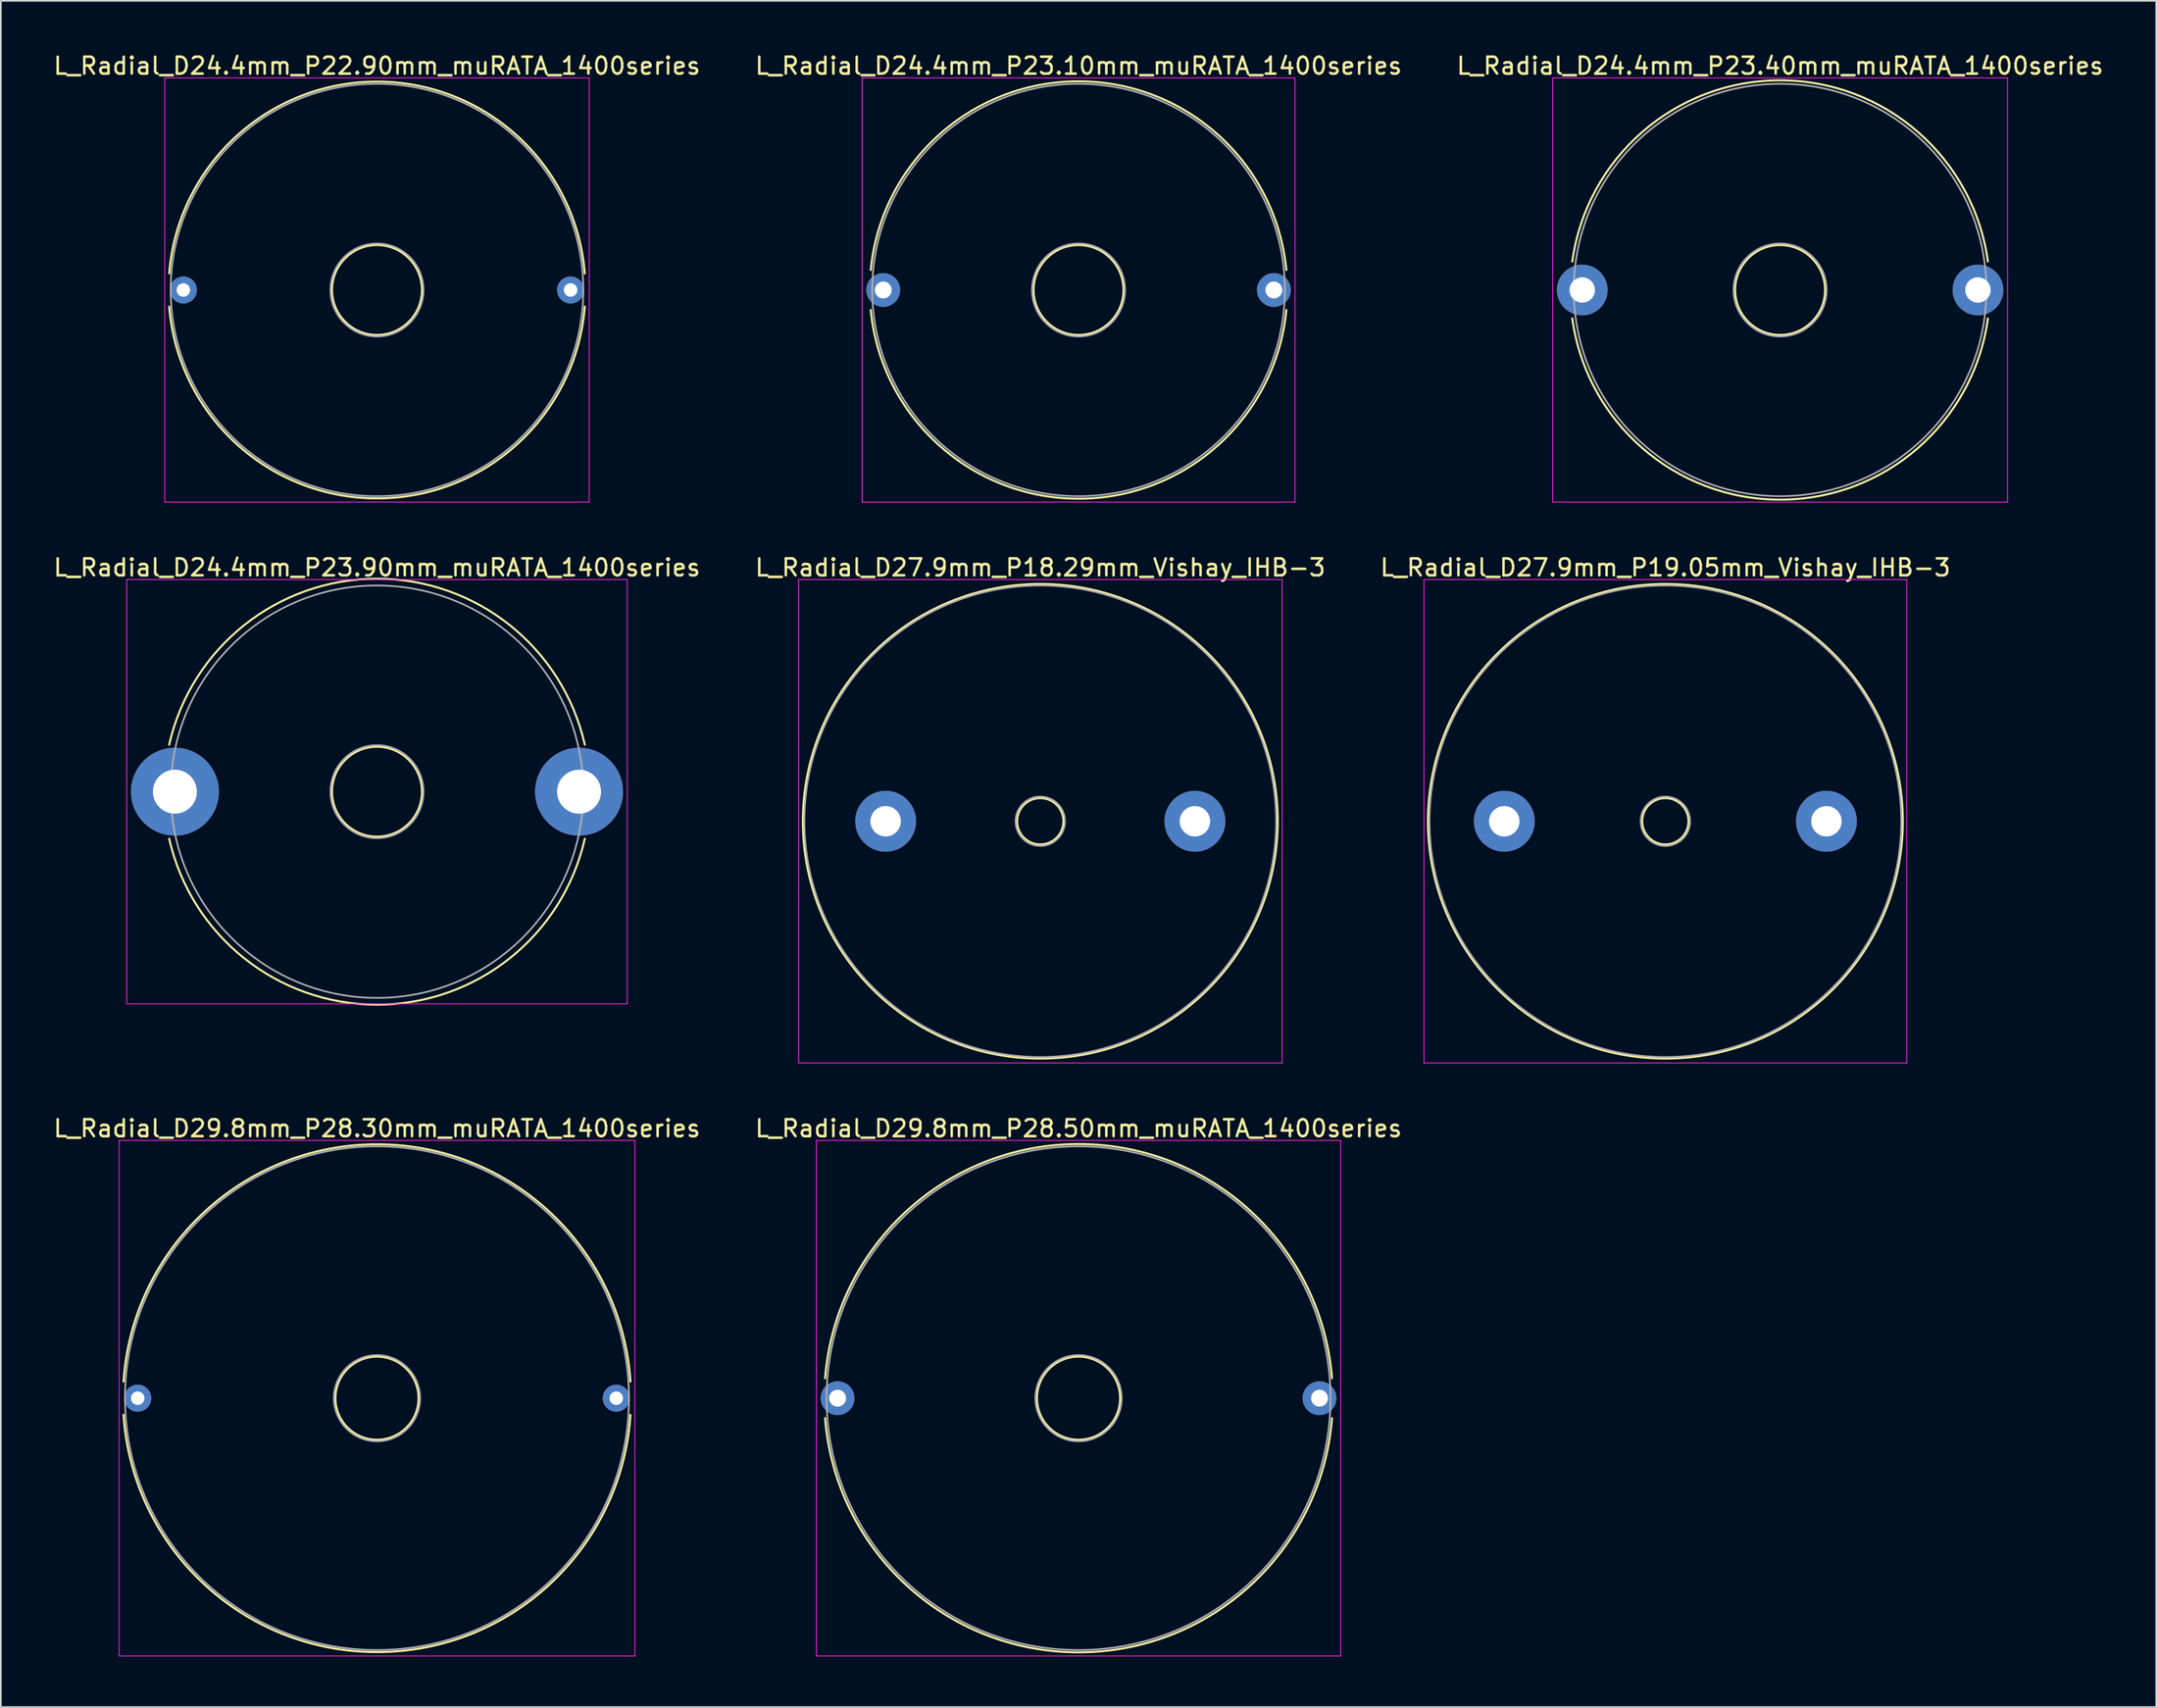
<source format=kicad_pcb>
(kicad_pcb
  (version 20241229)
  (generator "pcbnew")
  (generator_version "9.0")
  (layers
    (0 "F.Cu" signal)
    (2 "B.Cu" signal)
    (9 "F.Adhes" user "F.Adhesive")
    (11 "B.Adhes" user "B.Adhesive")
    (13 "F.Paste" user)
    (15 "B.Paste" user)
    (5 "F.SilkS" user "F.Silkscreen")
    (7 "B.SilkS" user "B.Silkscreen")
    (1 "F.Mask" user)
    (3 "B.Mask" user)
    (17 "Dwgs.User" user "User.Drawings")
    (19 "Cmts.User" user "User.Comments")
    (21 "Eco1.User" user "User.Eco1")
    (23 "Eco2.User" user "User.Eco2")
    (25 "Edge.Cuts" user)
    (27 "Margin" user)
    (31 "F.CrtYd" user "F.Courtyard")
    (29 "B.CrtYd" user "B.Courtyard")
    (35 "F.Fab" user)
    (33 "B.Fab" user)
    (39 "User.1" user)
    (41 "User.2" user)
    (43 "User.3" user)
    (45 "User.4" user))
  (footprint "L_Radial_D27.9mm_P18.29mm_Vishay_IHB-3"
    (layer "F.Cu")
    (at 49.325 45.541)
    (property "Reference" "L_Radial_D27.9mm_P18.29mm_Vishay_IHB-3" (at 9.145 -15.01 0) (layer "F.SilkS") (effects (font (size 1 1) (thickness 0.15))))
    (attr through_hole)
    (fp_circle (center 9.145 0) (end 10.515 0) (stroke (width 0.12) (type solid)) (fill no) (layer "F.SilkS"))
    (fp_circle (center 9.145 0) (end 23.185 0) (stroke (width 0.12) (type solid)) (fill no) (layer "F.SilkS"))
    (fp_line (start -5.15 -14.3) (end -5.15 14.3) (stroke (width 0.05) (type solid)) (layer "F.CrtYd"))
    (fp_line (start -5.15 14.3) (end 23.45 14.3) (stroke (width 0.05) (type solid)) (layer "F.CrtYd"))
    (fp_line (start 23.45 -14.3) (end -5.15 -14.3) (stroke (width 0.05) (type solid)) (layer "F.CrtYd"))
    (fp_line (start 23.45 14.3) (end 23.45 -14.3) (stroke (width 0.05) (type solid)) (layer "F.CrtYd"))
    (fp_circle (center 9.145 0) (end 10.605 0) (stroke (width 0.1) (type solid)) (fill no) (layer "F.Fab"))
    (fp_circle (center 9.145 0) (end 23.095 0) (stroke (width 0.1) (type solid)) (fill no) (layer "F.Fab"))
    (pad "1" thru_hole circle (at 0 0) (size 3.6 3.6) (drill 1.8) (layers "*.Cu" "*.Mask"))
    (pad "2" thru_hole circle (at 18.29 0) (size 3.6 3.6) (drill 1.8) (layers "*.Cu" "*.Mask")))
  (footprint "L_Radial_D29.8mm_P28.50mm_muRATA_1400series"
    (layer "F.Cu")
    (at 46.482 79.675)
    (property "Reference" "L_Radial_D29.8mm_P28.50mm_muRATA_1400series" (at 14.25 -15.96 0) (layer "F.SilkS") (effects (font (size 1 1) (thickness 0.15))))
    (attr through_hole)
    (fp_arc (start -0.74 -1.18) (mid 14.250261 -15.036373) (end 29.240041 -1.17948) (stroke (width 0.12) (type solid)) (layer "F.SilkS"))
    (fp_arc (start 29.240041 1.17948) (mid 14.250261 15.036373) (end -0.74 1.18) (stroke (width 0.12) (type solid)) (layer "F.SilkS"))
    (fp_circle (center 14.25 0) (end 16.71 0) (stroke (width 0.12) (type solid)) (fill no) (layer "F.SilkS"))
    (fp_line (start -1.25 -15.25) (end -1.25 15.25) (stroke (width 0.05) (type solid)) (layer "F.CrtYd"))
    (fp_line (start -1.25 15.25) (end 29.75 15.25) (stroke (width 0.05) (type solid)) (layer "F.CrtYd"))
    (fp_line (start 29.75 -15.25) (end -1.25 -15.25) (stroke (width 0.05) (type solid)) (layer "F.CrtYd"))
    (fp_line (start 29.75 15.25) (end 29.75 -15.25) (stroke (width 0.05) (type solid)) (layer "F.CrtYd"))
    (fp_circle (center 14.25 0) (end 16.8 0) (stroke (width 0.1) (type solid)) (fill no) (layer "F.Fab"))
    (fp_circle (center 14.25 0) (end 29.15 0) (stroke (width 0.1) (type solid)) (fill no) (layer "F.Fab"))
    (pad "1" thru_hole circle (at 0 0) (size 2 2) (drill 1) (layers "*.Cu" "*.Mask"))
    (pad "2" thru_hole circle (at 28.5 0) (size 2 2) (drill 1) (layers "*.Cu" "*.Mask")))
  (footprint "L_Radial_D24.4mm_P23.90mm_muRATA_1400series"
    (layer "F.Cu")
    (at 7.294 43.791)
    (property "Reference" "L_Radial_D24.4mm_P23.90mm_muRATA_1400series" (at 11.95 -13.26 0) (layer "F.SilkS") (effects (font (size 1 1) (thickness 0.15))))
    (attr through_hole)
    (fp_arc (start -0.34 -2.78) (mid 11.94908 -12.600496) (end 24.239594 -2.781794) (stroke (width 0.12) (type solid)) (layer "F.SilkS"))
    (fp_arc (start 24.239594 2.781794) (mid 11.94908 12.600496) (end -0.34 2.78) (stroke (width 0.12) (type solid)) (layer "F.SilkS"))
    (fp_circle (center 11.95 0) (end 14.61 0) (stroke (width 0.12) (type solid)) (fill no) (layer "F.SilkS"))
    (fp_line (start -2.85 -12.55) (end -2.85 12.55) (stroke (width 0.05) (type solid)) (layer "F.CrtYd"))
    (fp_line (start -2.85 12.55) (end 26.75 12.55) (stroke (width 0.05) (type solid)) (layer "F.CrtYd"))
    (fp_line (start 26.75 -12.55) (end -2.85 -12.55) (stroke (width 0.05) (type solid)) (layer "F.CrtYd"))
    (fp_line (start 26.75 12.55) (end 26.75 -12.55) (stroke (width 0.05) (type solid)) (layer "F.CrtYd"))
    (fp_circle (center 11.95 0) (end 14.7 0) (stroke (width 0.1) (type solid)) (fill no) (layer "F.Fab"))
    (fp_circle (center 11.95 0) (end 24.15 0) (stroke (width 0.1) (type solid)) (fill no) (layer "F.Fab"))
    (pad "1" thru_hole circle (at 0 0) (size 5.2 5.2) (drill 2.6) (layers "*.Cu" "*.Mask"))
    (pad "2" thru_hole circle (at 23.9 0) (size 5.2 5.2) (drill 2.6) (layers "*.Cu" "*.Mask")))
  (footprint "L_Radial_D24.4mm_P22.90mm_muRATA_1400series"
    (layer "F.Cu")
    (at 7.794 14.108)
    (property "Reference" "L_Radial_D24.4mm_P22.90mm_muRATA_1400series" (at 11.45 -13.26 0) (layer "F.SilkS") (effects (font (size 1 1) (thickness 0.15))))
    (attr through_hole)
    (fp_arc (start -0.84 -0.98) (mid 11.451958 -12.32901) (end 23.740311 -0.976097) (stroke (width 0.12) (type solid)) (layer "F.SilkS"))
    (fp_arc (start 23.740311 0.976097) (mid 11.451958 12.329011) (end -0.84 0.98) (stroke (width 0.12) (type solid)) (layer "F.SilkS"))
    (fp_circle (center 11.45 0) (end 14.11 0) (stroke (width 0.12) (type solid)) (fill no) (layer "F.SilkS"))
    (fp_line (start -1.1 -12.55) (end -1.1 12.55) (stroke (width 0.05) (type solid)) (layer "F.CrtYd"))
    (fp_line (start -1.1 12.55) (end 24 12.55) (stroke (width 0.05) (type solid)) (layer "F.CrtYd"))
    (fp_line (start 24 -12.55) (end -1.1 -12.55) (stroke (width 0.05) (type solid)) (layer "F.CrtYd"))
    (fp_line (start 24 12.55) (end 24 -12.55) (stroke (width 0.05) (type solid)) (layer "F.CrtYd"))
    (fp_circle (center 11.45 0) (end 14.2 0) (stroke (width 0.1) (type solid)) (fill no) (layer "F.Fab"))
    (fp_circle (center 11.45 0) (end 23.65 0) (stroke (width 0.1) (type solid)) (fill no) (layer "F.Fab"))
    (pad "1" thru_hole circle (at 0 0) (size 1.6 1.6) (drill 0.8) (layers "*.Cu" "*.Mask"))
    (pad "2" thru_hole circle (at 22.9 0) (size 1.6 1.6) (drill 0.8) (layers "*.Cu" "*.Mask")))
  (footprint "L_Radial_D24.4mm_P23.40mm_muRATA_1400series"
    (layer "F.Cu")
    (at 90.52 14.108)
    (property "Reference" "L_Radial_D24.4mm_P23.40mm_muRATA_1400series" (at 11.7 -13.26 0) (layer "F.SilkS") (effects (font (size 1 1) (thickness 0.15))))
    (attr through_hole)
    (fp_arc (start -0.59 -1.68) (mid 11.696512 -12.404293) (end 23.989053 -1.686911) (stroke (width 0.12) (type solid)) (layer "F.SilkS"))
    (fp_arc (start 23.989053 1.686911) (mid 11.696512 12.404293) (end -0.59 1.68) (stroke (width 0.12) (type solid)) (layer "F.SilkS"))
    (fp_circle (center 11.7 0) (end 14.36 0) (stroke (width 0.12) (type solid)) (fill no) (layer "F.SilkS"))
    (fp_line (start -1.75 -12.55) (end -1.75 12.55) (stroke (width 0.05) (type solid)) (layer "F.CrtYd"))
    (fp_line (start -1.75 12.55) (end 25.15 12.55) (stroke (width 0.05) (type solid)) (layer "F.CrtYd"))
    (fp_line (start 25.15 -12.55) (end -1.75 -12.55) (stroke (width 0.05) (type solid)) (layer "F.CrtYd"))
    (fp_line (start 25.15 12.55) (end 25.15 -12.55) (stroke (width 0.05) (type solid)) (layer "F.CrtYd"))
    (fp_circle (center 11.7 0) (end 14.45 0) (stroke (width 0.1) (type solid)) (fill no) (layer "F.Fab"))
    (fp_circle (center 11.7 0) (end 23.9 0) (stroke (width 0.1) (type solid)) (fill no) (layer "F.Fab"))
    (pad "1" thru_hole circle (at 0 0) (size 3 3) (drill 1.5) (layers "*.Cu" "*.Mask"))
    (pad "2" thru_hole circle (at 23.4 0) (size 3 3) (drill 1.5) (layers "*.Cu" "*.Mask")))
  (footprint "L_Radial_D24.4mm_P23.10mm_muRATA_1400series"
    (layer "F.Cu")
    (at 49.182 14.108)
    (property "Reference" "L_Radial_D24.4mm_P23.10mm_muRATA_1400series" (at 11.55 -13.26 0) (layer "F.SilkS") (effects (font (size 1 1) (thickness 0.15))))
    (attr through_hole)
    (fp_arc (start -0.74 -1.18) (mid 11.546623 -12.346517) (end 23.839353 -1.186722) (stroke (width 0.12) (type solid)) (layer "F.SilkS"))
    (fp_arc (start 23.839353 1.186722) (mid 11.546623 12.346518) (end -0.74 1.18) (stroke (width 0.12) (type solid)) (layer "F.SilkS"))
    (fp_circle (center 11.55 0) (end 14.21 0) (stroke (width 0.12) (type solid)) (fill no) (layer "F.SilkS"))
    (fp_line (start -1.25 -12.55) (end -1.25 12.55) (stroke (width 0.05) (type solid)) (layer "F.CrtYd"))
    (fp_line (start -1.25 12.55) (end 24.35 12.55) (stroke (width 0.05) (type solid)) (layer "F.CrtYd"))
    (fp_line (start 24.35 -12.55) (end -1.25 -12.55) (stroke (width 0.05) (type solid)) (layer "F.CrtYd"))
    (fp_line (start 24.35 12.55) (end 24.35 -12.55) (stroke (width 0.05) (type solid)) (layer "F.CrtYd"))
    (fp_circle (center 11.55 0) (end 14.3 0) (stroke (width 0.1) (type solid)) (fill no) (layer "F.Fab"))
    (fp_circle (center 11.55 0) (end 23.75 0) (stroke (width 0.1) (type solid)) (fill no) (layer "F.Fab"))
    (pad "1" thru_hole circle (at 0 0) (size 2 2) (drill 1) (layers "*.Cu" "*.Mask"))
    (pad "2" thru_hole circle (at 23.1 0) (size 2 2) (drill 1) (layers "*.Cu" "*.Mask")))
  (footprint "L_Radial_D29.8mm_P28.30mm_muRATA_1400series"
    (layer "F.Cu")
    (at 5.094 79.675)
    (property "Reference" "L_Radial_D29.8mm_P28.30mm_muRATA_1400series" (at 14.15 -15.96 0) (layer "F.SilkS") (effects (font (size 1 1) (thickness 0.15))))
    (attr through_hole)
    (fp_arc (start -0.84 -0.98) (mid 14.147509 -15.022) (end 29.139674 -0.984972) (stroke (width 0.12) (type solid)) (layer "F.SilkS"))
    (fp_arc (start 29.139674 0.984972) (mid 14.147509 15.022) (end -0.84 0.98) (stroke (width 0.12) (type solid)) (layer "F.SilkS"))
    (fp_circle (center 14.15 0) (end 16.61 0) (stroke (width 0.12) (type solid)) (fill no) (layer "F.SilkS"))
    (fp_line (start -1.1 -15.25) (end -1.1 15.25) (stroke (width 0.05) (type solid)) (layer "F.CrtYd"))
    (fp_line (start -1.1 15.25) (end 29.4 15.25) (stroke (width 0.05) (type solid)) (layer "F.CrtYd"))
    (fp_line (start 29.4 -15.25) (end -1.1 -15.25) (stroke (width 0.05) (type solid)) (layer "F.CrtYd"))
    (fp_line (start 29.4 15.25) (end 29.4 -15.25) (stroke (width 0.05) (type solid)) (layer "F.CrtYd"))
    (fp_circle (center 14.15 0) (end 16.7 0) (stroke (width 0.1) (type solid)) (fill no) (layer "F.Fab"))
    (fp_circle (center 14.15 0) (end 29.05 0) (stroke (width 0.1) (type solid)) (fill no) (layer "F.Fab"))
    (pad "1" thru_hole circle (at 0 0) (size 1.6 1.6) (drill 0.8) (layers "*.Cu" "*.Mask"))
    (pad "2" thru_hole circle (at 28.3 0) (size 1.6 1.6) (drill 0.8) (layers "*.Cu" "*.Mask")))
  (footprint "L_Radial_D27.9mm_P19.05mm_Vishay_IHB-3"
    (layer "F.Cu")
    (at 85.91 45.541)
    (property "Reference" "L_Radial_D27.9mm_P19.05mm_Vishay_IHB-3" (at 9.525 -15.01 0) (layer "F.SilkS") (effects (font (size 1 1) (thickness 0.15))))
    (attr through_hole)
    (fp_circle (center 9.525 0) (end 10.895 0) (stroke (width 0.12) (type solid)) (fill no) (layer "F.SilkS"))
    (fp_circle (center 9.525 0) (end 23.565 0) (stroke (width 0.12) (type solid)) (fill no) (layer "F.SilkS"))
    (fp_line (start -4.75 -14.3) (end -4.75 14.3) (stroke (width 0.05) (type solid)) (layer "F.CrtYd"))
    (fp_line (start -4.75 14.3) (end 23.8 14.3) (stroke (width 0.05) (type solid)) (layer "F.CrtYd"))
    (fp_line (start 23.8 -14.3) (end -4.75 -14.3) (stroke (width 0.05) (type solid)) (layer "F.CrtYd"))
    (fp_line (start 23.8 14.3) (end 23.8 -14.3) (stroke (width 0.05) (type solid)) (layer "F.CrtYd"))
    (fp_circle (center 9.525 0) (end 10.985 0) (stroke (width 0.1) (type solid)) (fill no) (layer "F.Fab"))
    (fp_circle (center 9.525 0) (end 23.475 0) (stroke (width 0.1) (type solid)) (fill no) (layer "F.Fab"))
    (pad "1" thru_hole circle (at 0 0) (size 3.6 3.6) (drill 1.8) (layers "*.Cu" "*.Mask"))
    (pad "2" thru_hole circle (at 19.05 0) (size 3.6 3.6) (drill 1.8) (layers "*.Cu" "*.Mask")))
  (gr_rect
    (start -3 -3)
    (end 124.464 97.95)
    (stroke (width 0.1) (type default))
    (fill no)
    (layer "Edge.Cuts")))
</source>
